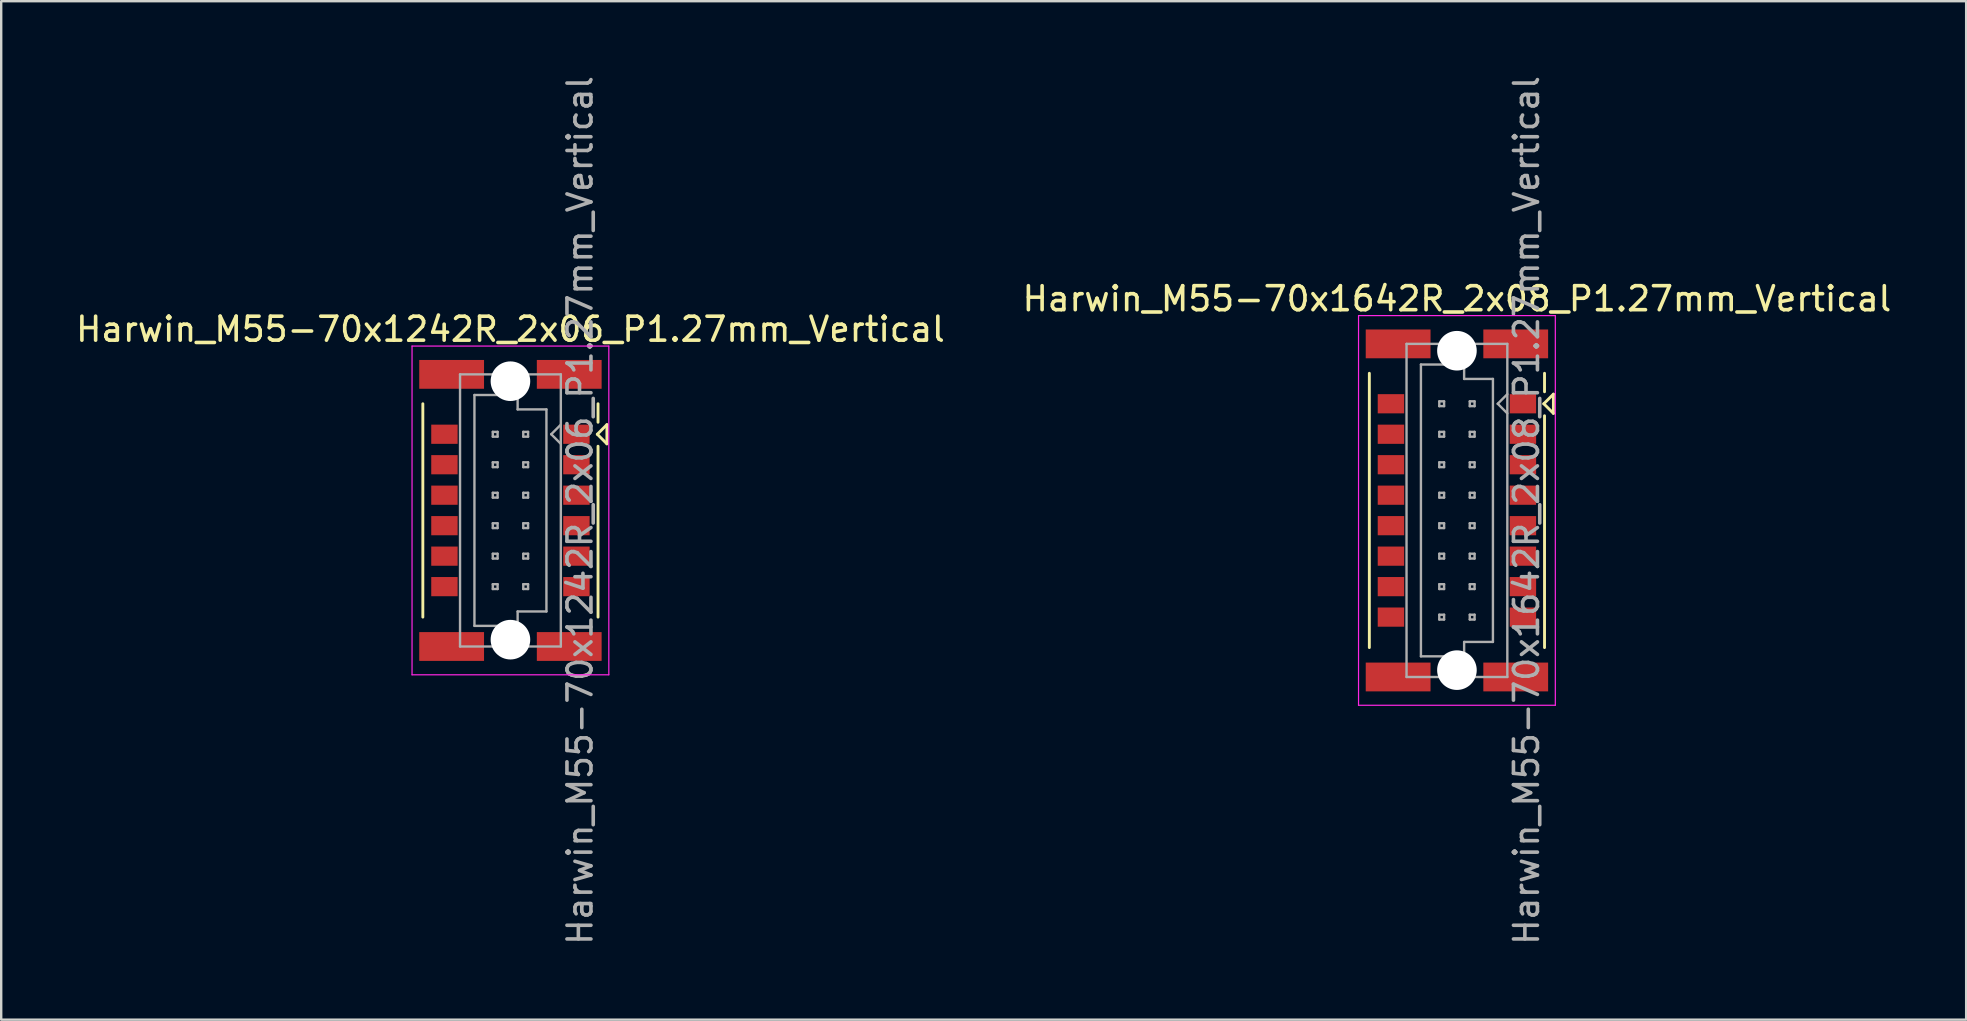
<source format=kicad_pcb>
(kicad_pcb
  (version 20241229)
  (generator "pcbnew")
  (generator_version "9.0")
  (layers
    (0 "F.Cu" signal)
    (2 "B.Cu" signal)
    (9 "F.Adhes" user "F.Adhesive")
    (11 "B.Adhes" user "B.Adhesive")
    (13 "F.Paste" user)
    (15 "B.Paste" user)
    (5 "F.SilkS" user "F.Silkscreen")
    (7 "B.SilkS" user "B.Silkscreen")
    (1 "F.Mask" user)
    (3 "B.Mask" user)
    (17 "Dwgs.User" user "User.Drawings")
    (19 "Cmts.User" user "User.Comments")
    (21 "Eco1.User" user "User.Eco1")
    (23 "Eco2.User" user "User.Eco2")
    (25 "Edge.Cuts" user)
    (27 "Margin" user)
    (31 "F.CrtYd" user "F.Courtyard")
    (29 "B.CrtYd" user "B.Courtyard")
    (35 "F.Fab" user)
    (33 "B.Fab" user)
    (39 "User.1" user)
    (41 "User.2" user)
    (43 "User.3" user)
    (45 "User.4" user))
  (footprint "Harwin_M55-70x1642R_2x08_P1.27mm_Vertical"
    (layer "F.Cu")
    (at 57.661 18.22)
    (property "Reference" "Harwin_M55-70x1642R_2x08_P1.27mm_Vertical" (at 0 -8.82 0) (layer "F.SilkS") (effects (font (size 1 1) (thickness 0.15))))
    (attr smd)
    (fp_line (start -3.65 5.715) (end -3.65 -5.715) (stroke (width 0.12) (type solid)) (layer "F.SilkS"))
    (fp_line (start 3.62 -4.445) (end 4.02 -4.845) (stroke (width 0.12) (type solid)) (layer "F.SilkS"))
    (fp_line (start 3.65 -4.945) (end 3.65 -5.715) (stroke (width 0.12) (type solid)) (layer "F.SilkS"))
    (fp_line (start 3.65 -3.945) (end 3.65 5.715) (stroke (width 0.12) (type solid)) (layer "F.SilkS"))
    (fp_line (start 4.02 -4.845) (end 4.02 -4.045) (stroke (width 0.12) (type solid)) (layer "F.SilkS"))
    (fp_line (start 4.02 -4.045) (end 3.62 -4.445) (stroke (width 0.12) (type solid)) (layer "F.SilkS"))
    (fp_line (start -4.1 -8.12) (end 4.1 -8.12) (stroke (width 0.05) (type solid)) (layer "F.CrtYd"))
    (fp_line (start -4.1 8.12) (end -4.1 -8.12) (stroke (width 0.05) (type solid)) (layer "F.CrtYd"))
    (fp_line (start 4.1 -8.12) (end 4.1 8.12) (stroke (width 0.05) (type solid)) (layer "F.CrtYd"))
    (fp_line (start 4.1 8.12) (end -4.1 8.12) (stroke (width 0.05) (type solid)) (layer "F.CrtYd"))
    (fp_line (start -2.1 -6.94) (end -2.1 6.94) (stroke (width 0.1) (type solid)) (layer "F.Fab"))
    (fp_line (start -2.1 6.94) (end 2.1 6.94) (stroke (width 0.1) (type solid)) (layer "F.Fab"))
    (fp_line (start -1.5 -6.08) (end -1.5 6.08) (stroke (width 0.1) (type solid)) (layer "F.Fab"))
    (fp_line (start -1.5 6.08) (end 0.3 6.08) (stroke (width 0.1) (type solid)) (layer "F.Fab"))
    (fp_line (start -0.735 -4.545) (end -0.735 -4.345) (stroke (width 0.1) (type solid)) (layer "F.Fab"))
    (fp_line (start -0.735 -4.345) (end -0.535 -4.345) (stroke (width 0.1) (type solid)) (layer "F.Fab"))
    (fp_line (start -0.735 -3.275) (end -0.735 -3.075) (stroke (width 0.1) (type solid)) (layer "F.Fab"))
    (fp_line (start -0.735 -3.075) (end -0.535 -3.075) (stroke (width 0.1) (type solid)) (layer "F.Fab"))
    (fp_line (start -0.735 -2.005) (end -0.735 -1.805) (stroke (width 0.1) (type solid)) (layer "F.Fab"))
    (fp_line (start -0.735 -1.805) (end -0.535 -1.805) (stroke (width 0.1) (type solid)) (layer "F.Fab"))
    (fp_line (start -0.735 -0.735) (end -0.735 -0.535) (stroke (width 0.1) (type solid)) (layer "F.Fab"))
    (fp_line (start -0.735 -0.535) (end -0.535 -0.535) (stroke (width 0.1) (type solid)) (layer "F.Fab"))
    (fp_line (start -0.735 0.535) (end -0.735 0.735) (stroke (width 0.1) (type solid)) (layer "F.Fab"))
    (fp_line (start -0.735 0.735) (end -0.535 0.735) (stroke (width 0.1) (type solid)) (layer "F.Fab"))
    (fp_line (start -0.735 1.805) (end -0.735 2.005) (stroke (width 0.1) (type solid)) (layer "F.Fab"))
    (fp_line (start -0.735 2.005) (end -0.535 2.005) (stroke (width 0.1) (type solid)) (layer "F.Fab"))
    (fp_line (start -0.735 3.075) (end -0.735 3.275) (stroke (width 0.1) (type solid)) (layer "F.Fab"))
    (fp_line (start -0.735 3.275) (end -0.535 3.275) (stroke (width 0.1) (type solid)) (layer "F.Fab"))
    (fp_line (start -0.735 4.345) (end -0.735 4.545) (stroke (width 0.1) (type solid)) (layer "F.Fab"))
    (fp_line (start -0.735 4.545) (end -0.535 4.545) (stroke (width 0.1) (type solid)) (layer "F.Fab"))
    (fp_line (start -0.535 -4.545) (end -0.735 -4.545) (stroke (width 0.1) (type solid)) (layer "F.Fab"))
    (fp_line (start -0.535 -4.345) (end -0.535 -4.545) (stroke (width 0.1) (type solid)) (layer "F.Fab"))
    (fp_line (start -0.535 -3.275) (end -0.735 -3.275) (stroke (width 0.1) (type solid)) (layer "F.Fab"))
    (fp_line (start -0.535 -3.075) (end -0.535 -3.275) (stroke (width 0.1) (type solid)) (layer "F.Fab"))
    (fp_line (start -0.535 -2.005) (end -0.735 -2.005) (stroke (width 0.1) (type solid)) (layer "F.Fab"))
    (fp_line (start -0.535 -1.805) (end -0.535 -2.005) (stroke (width 0.1) (type solid)) (layer "F.Fab"))
    (fp_line (start -0.535 -0.735) (end -0.735 -0.735) (stroke (width 0.1) (type solid)) (layer "F.Fab"))
    (fp_line (start -0.535 -0.535) (end -0.535 -0.735) (stroke (width 0.1) (type solid)) (layer "F.Fab"))
    (fp_line (start -0.535 0.535) (end -0.735 0.535) (stroke (width 0.1) (type solid)) (layer "F.Fab"))
    (fp_line (start -0.535 0.735) (end -0.535 0.535) (stroke (width 0.1) (type solid)) (layer "F.Fab"))
    (fp_line (start -0.535 1.805) (end -0.735 1.805) (stroke (width 0.1) (type solid)) (layer "F.Fab"))
    (fp_line (start -0.535 2.005) (end -0.535 1.805) (stroke (width 0.1) (type solid)) (layer "F.Fab"))
    (fp_line (start -0.535 3.075) (end -0.735 3.075) (stroke (width 0.1) (type solid)) (layer "F.Fab"))
    (fp_line (start -0.535 3.275) (end -0.535 3.075) (stroke (width 0.1) (type solid)) (layer "F.Fab"))
    (fp_line (start -0.535 4.345) (end -0.735 4.345) (stroke (width 0.1) (type solid)) (layer "F.Fab"))
    (fp_line (start -0.535 4.545) (end -0.535 4.345) (stroke (width 0.1) (type solid)) (layer "F.Fab"))
    (fp_line (start 0.3 -6.08) (end -1.5 -6.08) (stroke (width 0.1) (type solid)) (layer "F.Fab"))
    (fp_line (start 0.3 -5.48) (end 0.3 -6.08) (stroke (width 0.1) (type solid)) (layer "F.Fab"))
    (fp_line (start 0.3 5.48) (end 1.5 5.48) (stroke (width 0.1) (type solid)) (layer "F.Fab"))
    (fp_line (start 0.3 6.08) (end 0.3 5.48) (stroke (width 0.1) (type solid)) (layer "F.Fab"))
    (fp_line (start 0.535 -4.545) (end 0.535 -4.345) (stroke (width 0.1) (type solid)) (layer "F.Fab"))
    (fp_line (start 0.535 -4.345) (end 0.735 -4.345) (stroke (width 0.1) (type solid)) (layer "F.Fab"))
    (fp_line (start 0.535 -3.275) (end 0.535 -3.075) (stroke (width 0.1) (type solid)) (layer "F.Fab"))
    (fp_line (start 0.535 -3.075) (end 0.735 -3.075) (stroke (width 0.1) (type solid)) (layer "F.Fab"))
    (fp_line (start 0.535 -2.005) (end 0.535 -1.805) (stroke (width 0.1) (type solid)) (layer "F.Fab"))
    (fp_line (start 0.535 -1.805) (end 0.735 -1.805) (stroke (width 0.1) (type solid)) (layer "F.Fab"))
    (fp_line (start 0.535 -0.735) (end 0.535 -0.535) (stroke (width 0.1) (type solid)) (layer "F.Fab"))
    (fp_line (start 0.535 -0.535) (end 0.735 -0.535) (stroke (width 0.1) (type solid)) (layer "F.Fab"))
    (fp_line (start 0.535 0.535) (end 0.535 0.735) (stroke (width 0.1) (type solid)) (layer "F.Fab"))
    (fp_line (start 0.535 0.735) (end 0.735 0.735) (stroke (width 0.1) (type solid)) (layer "F.Fab"))
    (fp_line (start 0.535 1.805) (end 0.535 2.005) (stroke (width 0.1) (type solid)) (layer "F.Fab"))
    (fp_line (start 0.535 2.005) (end 0.735 2.005) (stroke (width 0.1) (type solid)) (layer "F.Fab"))
    (fp_line (start 0.535 3.075) (end 0.535 3.275) (stroke (width 0.1) (type solid)) (layer "F.Fab"))
    (fp_line (start 0.535 3.275) (end 0.735 3.275) (stroke (width 0.1) (type solid)) (layer "F.Fab"))
    (fp_line (start 0.535 4.345) (end 0.535 4.545) (stroke (width 0.1) (type solid)) (layer "F.Fab"))
    (fp_line (start 0.535 4.545) (end 0.735 4.545) (stroke (width 0.1) (type solid)) (layer "F.Fab"))
    (fp_line (start 0.735 -4.545) (end 0.535 -4.545) (stroke (width 0.1) (type solid)) (layer "F.Fab"))
    (fp_line (start 0.735 -4.345) (end 0.735 -4.545) (stroke (width 0.1) (type solid)) (layer "F.Fab"))
    (fp_line (start 0.735 -3.275) (end 0.535 -3.275) (stroke (width 0.1) (type solid)) (layer "F.Fab"))
    (fp_line (start 0.735 -3.075) (end 0.735 -3.275) (stroke (width 0.1) (type solid)) (layer "F.Fab"))
    (fp_line (start 0.735 -2.005) (end 0.535 -2.005) (stroke (width 0.1) (type solid)) (layer "F.Fab"))
    (fp_line (start 0.735 -1.805) (end 0.735 -2.005) (stroke (width 0.1) (type solid)) (layer "F.Fab"))
    (fp_line (start 0.735 -0.735) (end 0.535 -0.735) (stroke (width 0.1) (type solid)) (layer "F.Fab"))
    (fp_line (start 0.735 -0.535) (end 0.735 -0.735) (stroke (width 0.1) (type solid)) (layer "F.Fab"))
    (fp_line (start 0.735 0.535) (end 0.535 0.535) (stroke (width 0.1) (type solid)) (layer "F.Fab"))
    (fp_line (start 0.735 0.735) (end 0.735 0.535) (stroke (width 0.1) (type solid)) (layer "F.Fab"))
    (fp_line (start 0.735 1.805) (end 0.535 1.805) (stroke (width 0.1) (type solid)) (layer "F.Fab"))
    (fp_line (start 0.735 2.005) (end 0.735 1.805) (stroke (width 0.1) (type solid)) (layer "F.Fab"))
    (fp_line (start 0.735 3.075) (end 0.535 3.075) (stroke (width 0.1) (type solid)) (layer "F.Fab"))
    (fp_line (start 0.735 3.275) (end 0.735 3.075) (stroke (width 0.1) (type solid)) (layer "F.Fab"))
    (fp_line (start 0.735 4.345) (end 0.535 4.345) (stroke (width 0.1) (type solid)) (layer "F.Fab"))
    (fp_line (start 0.735 4.545) (end 0.735 4.345) (stroke (width 0.1) (type solid)) (layer "F.Fab"))
    (fp_line (start 1.5 -5.48) (end 0.3 -5.48) (stroke (width 0.1) (type solid)) (layer "F.Fab"))
    (fp_line (start 1.5 5.48) (end 1.5 -5.48) (stroke (width 0.1) (type solid)) (layer "F.Fab"))
    (fp_line (start 1.7 -4.445) (end 2.1 -4.845) (stroke (width 0.1) (type solid)) (layer "F.Fab"))
    (fp_line (start 2.1 -6.94) (end -2.1 -6.94) (stroke (width 0.1) (type solid)) (layer "F.Fab"))
    (fp_line (start 2.1 -4.045) (end 1.7 -4.445) (stroke (width 0.1) (type solid)) (layer "F.Fab"))
    (fp_line (start 2.1 6.94) (end 2.1 -6.94) (stroke (width 0.1) (type solid)) (layer "F.Fab"))
    (fp_text user "${REFERENCE}" (at 2.9 0 90) (layer "F.Fab") (effects (font (size 1 1) (thickness 0.15))))
    (pad "" smd rect (at -2.45 -6.94) (size 2.7 1.2) (layers "F.Cu" "F.Mask" "F.Paste"))
    (pad "" smd rect (at -2.45 6.94) (size 2.7 1.2) (layers "F.Cu" "F.Mask" "F.Paste"))
    (pad "" np_thru_hole circle (at 0 -6.655) (size 1.65 1.65) (drill 1.65) (layers "*.Cu" "*.Mask"))
    (pad "" np_thru_hole circle (at 0 6.655) (size 1.65 1.65) (drill 1.65) (layers "*.Cu" "*.Mask"))
    (pad "" smd rect (at 2.45 -6.94) (size 2.7 1.2) (layers "F.Cu" "F.Mask" "F.Paste"))
    (pad "" smd rect (at 2.45 6.94) (size 2.7 1.2) (layers "F.Cu" "F.Mask" "F.Paste"))
    (pad "1" smd rect (at 2.75 -4.445) (size 1.1 0.8) (layers "F.Cu" "F.Mask" "F.Paste"))
    (pad "2" smd rect (at -2.75 -4.445) (size 1.1 0.8) (layers "F.Cu" "F.Mask" "F.Paste"))
    (pad "3" smd rect (at 2.75 -3.175) (size 1.1 0.8) (layers "F.Cu" "F.Mask" "F.Paste"))
    (pad "4" smd rect (at -2.75 -3.175) (size 1.1 0.8) (layers "F.Cu" "F.Mask" "F.Paste"))
    (pad "5" smd rect (at 2.75 -1.905) (size 1.1 0.8) (layers "F.Cu" "F.Mask" "F.Paste"))
    (pad "6" smd rect (at -2.75 -1.905) (size 1.1 0.8) (layers "F.Cu" "F.Mask" "F.Paste"))
    (pad "7" smd rect (at 2.75 -0.635) (size 1.1 0.8) (layers "F.Cu" "F.Mask" "F.Paste"))
    (pad "8" smd rect (at -2.75 -0.635) (size 1.1 0.8) (layers "F.Cu" "F.Mask" "F.Paste"))
    (pad "9" smd rect (at 2.75 0.635) (size 1.1 0.8) (layers "F.Cu" "F.Mask" "F.Paste"))
    (pad "10" smd rect (at -2.75 0.635) (size 1.1 0.8) (layers "F.Cu" "F.Mask" "F.Paste"))
    (pad "11" smd rect (at 2.75 1.905) (size 1.1 0.8) (layers "F.Cu" "F.Mask" "F.Paste"))
    (pad "12" smd rect (at -2.75 1.905) (size 1.1 0.8) (layers "F.Cu" "F.Mask" "F.Paste"))
    (pad "13" smd rect (at 2.75 3.175) (size 1.1 0.8) (layers "F.Cu" "F.Mask" "F.Paste"))
    (pad "14" smd rect (at -2.75 3.175) (size 1.1 0.8) (layers "F.Cu" "F.Mask" "F.Paste"))
    (pad "15" smd rect (at 2.75 4.445) (size 1.1 0.8) (layers "F.Cu" "F.Mask" "F.Paste"))
    (pad "16" smd rect (at -2.75 4.445) (size 1.1 0.8) (layers "F.Cu" "F.Mask" "F.Paste")))
  (footprint "Harwin_M55-70x1242R_2x06_P1.27mm_Vertical"
    (layer "F.Cu")
    (at 18.22 18.22)
    (property "Reference" "Harwin_M55-70x1242R_2x06_P1.27mm_Vertical" (at 0 -7.55 0) (layer "F.SilkS") (effects (font (size 1 1) (thickness 0.15))))
    (attr smd)
    (fp_line (start -3.65 4.445) (end -3.65 -4.445) (stroke (width 0.12) (type solid)) (layer "F.SilkS"))
    (fp_line (start 3.62 -3.175) (end 4.02 -3.575) (stroke (width 0.12) (type solid)) (layer "F.SilkS"))
    (fp_line (start 3.65 -3.675) (end 3.65 -4.445) (stroke (width 0.12) (type solid)) (layer "F.SilkS"))
    (fp_line (start 3.65 -2.675) (end 3.65 4.445) (stroke (width 0.12) (type solid)) (layer "F.SilkS"))
    (fp_line (start 4.02 -3.575) (end 4.02 -2.775) (stroke (width 0.12) (type solid)) (layer "F.SilkS"))
    (fp_line (start 4.02 -2.775) (end 3.62 -3.175) (stroke (width 0.12) (type solid)) (layer "F.SilkS"))
    (fp_line (start -4.1 -6.85) (end 4.1 -6.85) (stroke (width 0.05) (type solid)) (layer "F.CrtYd"))
    (fp_line (start -4.1 6.85) (end -4.1 -6.85) (stroke (width 0.05) (type solid)) (layer "F.CrtYd"))
    (fp_line (start 4.1 -6.85) (end 4.1 6.85) (stroke (width 0.05) (type solid)) (layer "F.CrtYd"))
    (fp_line (start 4.1 6.85) (end -4.1 6.85) (stroke (width 0.05) (type solid)) (layer "F.CrtYd"))
    (fp_line (start -2.1 -5.67) (end -2.1 5.67) (stroke (width 0.1) (type solid)) (layer "F.Fab"))
    (fp_line (start -2.1 5.67) (end 2.1 5.67) (stroke (width 0.1) (type solid)) (layer "F.Fab"))
    (fp_line (start -1.5 -4.81) (end -1.5 4.81) (stroke (width 0.1) (type solid)) (layer "F.Fab"))
    (fp_line (start -1.5 4.81) (end 0.3 4.81) (stroke (width 0.1) (type solid)) (layer "F.Fab"))
    (fp_line (start -0.735 -3.275) (end -0.735 -3.075) (stroke (width 0.1) (type solid)) (layer "F.Fab"))
    (fp_line (start -0.735 -3.075) (end -0.535 -3.075) (stroke (width 0.1) (type solid)) (layer "F.Fab"))
    (fp_line (start -0.735 -2.005) (end -0.735 -1.805) (stroke (width 0.1) (type solid)) (layer "F.Fab"))
    (fp_line (start -0.735 -1.805) (end -0.535 -1.805) (stroke (width 0.1) (type solid)) (layer "F.Fab"))
    (fp_line (start -0.735 -0.735) (end -0.735 -0.535) (stroke (width 0.1) (type solid)) (layer "F.Fab"))
    (fp_line (start -0.735 -0.535) (end -0.535 -0.535) (stroke (width 0.1) (type solid)) (layer "F.Fab"))
    (fp_line (start -0.735 0.535) (end -0.735 0.735) (stroke (width 0.1) (type solid)) (layer "F.Fab"))
    (fp_line (start -0.735 0.735) (end -0.535 0.735) (stroke (width 0.1) (type solid)) (layer "F.Fab"))
    (fp_line (start -0.735 1.805) (end -0.735 2.005) (stroke (width 0.1) (type solid)) (layer "F.Fab"))
    (fp_line (start -0.735 2.005) (end -0.535 2.005) (stroke (width 0.1) (type solid)) (layer "F.Fab"))
    (fp_line (start -0.735 3.075) (end -0.735 3.275) (stroke (width 0.1) (type solid)) (layer "F.Fab"))
    (fp_line (start -0.735 3.275) (end -0.535 3.275) (stroke (width 0.1) (type solid)) (layer "F.Fab"))
    (fp_line (start -0.535 -3.275) (end -0.735 -3.275) (stroke (width 0.1) (type solid)) (layer "F.Fab"))
    (fp_line (start -0.535 -3.075) (end -0.535 -3.275) (stroke (width 0.1) (type solid)) (layer "F.Fab"))
    (fp_line (start -0.535 -2.005) (end -0.735 -2.005) (stroke (width 0.1) (type solid)) (layer "F.Fab"))
    (fp_line (start -0.535 -1.805) (end -0.535 -2.005) (stroke (width 0.1) (type solid)) (layer "F.Fab"))
    (fp_line (start -0.535 -0.735) (end -0.735 -0.735) (stroke (width 0.1) (type solid)) (layer "F.Fab"))
    (fp_line (start -0.535 -0.535) (end -0.535 -0.735) (stroke (width 0.1) (type solid)) (layer "F.Fab"))
    (fp_line (start -0.535 0.535) (end -0.735 0.535) (stroke (width 0.1) (type solid)) (layer "F.Fab"))
    (fp_line (start -0.535 0.735) (end -0.535 0.535) (stroke (width 0.1) (type solid)) (layer "F.Fab"))
    (fp_line (start -0.535 1.805) (end -0.735 1.805) (stroke (width 0.1) (type solid)) (layer "F.Fab"))
    (fp_line (start -0.535 2.005) (end -0.535 1.805) (stroke (width 0.1) (type solid)) (layer "F.Fab"))
    (fp_line (start -0.535 3.075) (end -0.735 3.075) (stroke (width 0.1) (type solid)) (layer "F.Fab"))
    (fp_line (start -0.535 3.275) (end -0.535 3.075) (stroke (width 0.1) (type solid)) (layer "F.Fab"))
    (fp_line (start 0.3 -4.81) (end -1.5 -4.81) (stroke (width 0.1) (type solid)) (layer "F.Fab"))
    (fp_line (start 0.3 -4.21) (end 0.3 -4.81) (stroke (width 0.1) (type solid)) (layer "F.Fab"))
    (fp_line (start 0.3 4.21) (end 1.5 4.21) (stroke (width 0.1) (type solid)) (layer "F.Fab"))
    (fp_line (start 0.3 4.81) (end 0.3 4.21) (stroke (width 0.1) (type solid)) (layer "F.Fab"))
    (fp_line (start 0.535 -3.275) (end 0.535 -3.075) (stroke (width 0.1) (type solid)) (layer "F.Fab"))
    (fp_line (start 0.535 -3.075) (end 0.735 -3.075) (stroke (width 0.1) (type solid)) (layer "F.Fab"))
    (fp_line (start 0.535 -2.005) (end 0.535 -1.805) (stroke (width 0.1) (type solid)) (layer "F.Fab"))
    (fp_line (start 0.535 -1.805) (end 0.735 -1.805) (stroke (width 0.1) (type solid)) (layer "F.Fab"))
    (fp_line (start 0.535 -0.735) (end 0.535 -0.535) (stroke (width 0.1) (type solid)) (layer "F.Fab"))
    (fp_line (start 0.535 -0.535) (end 0.735 -0.535) (stroke (width 0.1) (type solid)) (layer "F.Fab"))
    (fp_line (start 0.535 0.535) (end 0.535 0.735) (stroke (width 0.1) (type solid)) (layer "F.Fab"))
    (fp_line (start 0.535 0.735) (end 0.735 0.735) (stroke (width 0.1) (type solid)) (layer "F.Fab"))
    (fp_line (start 0.535 1.805) (end 0.535 2.005) (stroke (width 0.1) (type solid)) (layer "F.Fab"))
    (fp_line (start 0.535 2.005) (end 0.735 2.005) (stroke (width 0.1) (type solid)) (layer "F.Fab"))
    (fp_line (start 0.535 3.075) (end 0.535 3.275) (stroke (width 0.1) (type solid)) (layer "F.Fab"))
    (fp_line (start 0.535 3.275) (end 0.735 3.275) (stroke (width 0.1) (type solid)) (layer "F.Fab"))
    (fp_line (start 0.735 -3.275) (end 0.535 -3.275) (stroke (width 0.1) (type solid)) (layer "F.Fab"))
    (fp_line (start 0.735 -3.075) (end 0.735 -3.275) (stroke (width 0.1) (type solid)) (layer "F.Fab"))
    (fp_line (start 0.735 -2.005) (end 0.535 -2.005) (stroke (width 0.1) (type solid)) (layer "F.Fab"))
    (fp_line (start 0.735 -1.805) (end 0.735 -2.005) (stroke (width 0.1) (type solid)) (layer "F.Fab"))
    (fp_line (start 0.735 -0.735) (end 0.535 -0.735) (stroke (width 0.1) (type solid)) (layer "F.Fab"))
    (fp_line (start 0.735 -0.535) (end 0.735 -0.735) (stroke (width 0.1) (type solid)) (layer "F.Fab"))
    (fp_line (start 0.735 0.535) (end 0.535 0.535) (stroke (width 0.1) (type solid)) (layer "F.Fab"))
    (fp_line (start 0.735 0.735) (end 0.735 0.535) (stroke (width 0.1) (type solid)) (layer "F.Fab"))
    (fp_line (start 0.735 1.805) (end 0.535 1.805) (stroke (width 0.1) (type solid)) (layer "F.Fab"))
    (fp_line (start 0.735 2.005) (end 0.735 1.805) (stroke (width 0.1) (type solid)) (layer "F.Fab"))
    (fp_line (start 0.735 3.075) (end 0.535 3.075) (stroke (width 0.1) (type solid)) (layer "F.Fab"))
    (fp_line (start 0.735 3.275) (end 0.735 3.075) (stroke (width 0.1) (type solid)) (layer "F.Fab"))
    (fp_line (start 1.5 -4.21) (end 0.3 -4.21) (stroke (width 0.1) (type solid)) (layer "F.Fab"))
    (fp_line (start 1.5 4.21) (end 1.5 -4.21) (stroke (width 0.1) (type solid)) (layer "F.Fab"))
    (fp_line (start 1.7 -3.175) (end 2.1 -3.575) (stroke (width 0.1) (type solid)) (layer "F.Fab"))
    (fp_line (start 2.1 -5.67) (end -2.1 -5.67) (stroke (width 0.1) (type solid)) (layer "F.Fab"))
    (fp_line (start 2.1 -2.775) (end 1.7 -3.175) (stroke (width 0.1) (type solid)) (layer "F.Fab"))
    (fp_line (start 2.1 5.67) (end 2.1 -5.67) (stroke (width 0.1) (type solid)) (layer "F.Fab"))
    (fp_text user "${REFERENCE}" (at 2.9 0 90) (layer "F.Fab") (effects (font (size 1 1) (thickness 0.15))))
    (pad "" smd rect (at -2.45 -5.67) (size 2.7 1.2) (layers "F.Cu" "F.Mask" "F.Paste"))
    (pad "" smd rect (at -2.45 5.67) (size 2.7 1.2) (layers "F.Cu" "F.Mask" "F.Paste"))
    (pad "" np_thru_hole circle (at 0 -5.385) (size 1.65 1.65) (drill 1.65) (layers "*.Cu" "*.Mask"))
    (pad "" np_thru_hole circle (at 0 5.385) (size 1.65 1.65) (drill 1.65) (layers "*.Cu" "*.Mask"))
    (pad "" smd rect (at 2.45 -5.67) (size 2.7 1.2) (layers "F.Cu" "F.Mask" "F.Paste"))
    (pad "" smd rect (at 2.45 5.67) (size 2.7 1.2) (layers "F.Cu" "F.Mask" "F.Paste"))
    (pad "1" smd rect (at 2.75 -3.175) (size 1.1 0.8) (layers "F.Cu" "F.Mask" "F.Paste"))
    (pad "2" smd rect (at -2.75 -3.175) (size 1.1 0.8) (layers "F.Cu" "F.Mask" "F.Paste"))
    (pad "3" smd rect (at 2.75 -1.905) (size 1.1 0.8) (layers "F.Cu" "F.Mask" "F.Paste"))
    (pad "4" smd rect (at -2.75 -1.905) (size 1.1 0.8) (layers "F.Cu" "F.Mask" "F.Paste"))
    (pad "5" smd rect (at 2.75 -0.635) (size 1.1 0.8) (layers "F.Cu" "F.Mask" "F.Paste"))
    (pad "6" smd rect (at -2.75 -0.635) (size 1.1 0.8) (layers "F.Cu" "F.Mask" "F.Paste"))
    (pad "7" smd rect (at 2.75 0.635) (size 1.1 0.8) (layers "F.Cu" "F.Mask" "F.Paste"))
    (pad "8" smd rect (at -2.75 0.635) (size 1.1 0.8) (layers "F.Cu" "F.Mask" "F.Paste"))
    (pad "9" smd rect (at 2.75 1.905) (size 1.1 0.8) (layers "F.Cu" "F.Mask" "F.Paste"))
    (pad "10" smd rect (at -2.75 1.905) (size 1.1 0.8) (layers "F.Cu" "F.Mask" "F.Paste"))
    (pad "11" smd rect (at 2.75 3.175) (size 1.1 0.8) (layers "F.Cu" "F.Mask" "F.Paste"))
    (pad "12" smd rect (at -2.75 3.175) (size 1.1 0.8) (layers "F.Cu" "F.Mask" "F.Paste")))
  (gr_rect
    (start -3 -3)
    (end 78.881 39.44)
    (stroke (width 0.1) (type default))
    (fill no)
    (layer "Edge.Cuts")))
</source>
